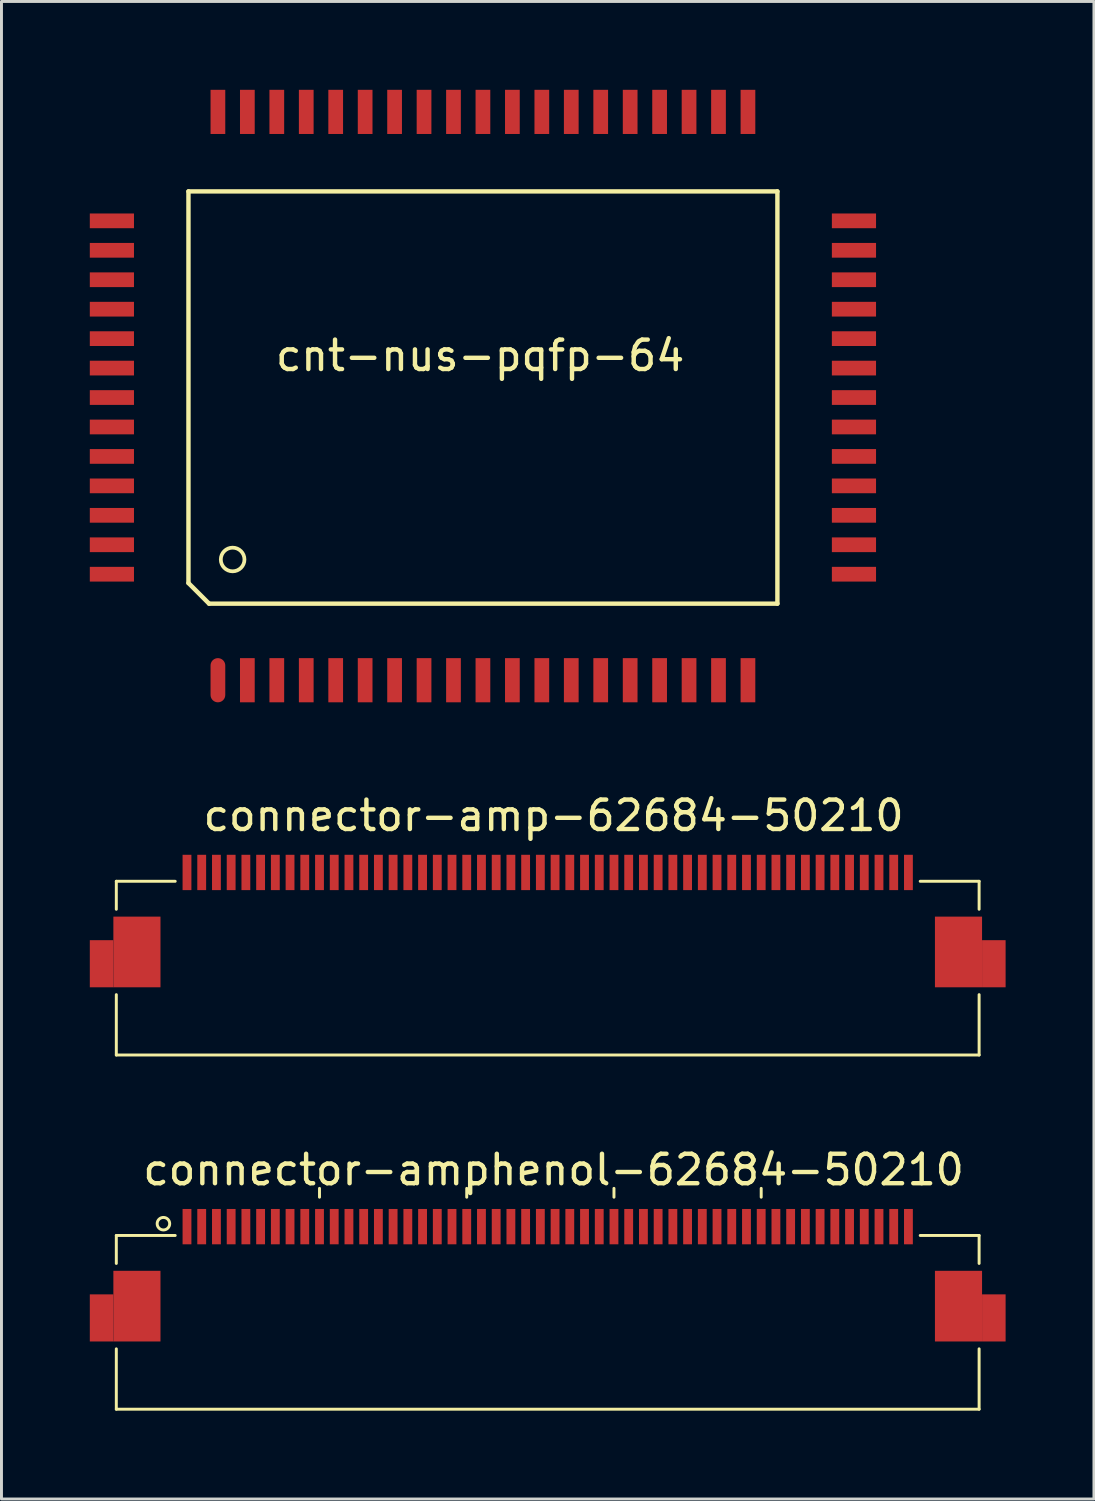
<source format=kicad_pcb>
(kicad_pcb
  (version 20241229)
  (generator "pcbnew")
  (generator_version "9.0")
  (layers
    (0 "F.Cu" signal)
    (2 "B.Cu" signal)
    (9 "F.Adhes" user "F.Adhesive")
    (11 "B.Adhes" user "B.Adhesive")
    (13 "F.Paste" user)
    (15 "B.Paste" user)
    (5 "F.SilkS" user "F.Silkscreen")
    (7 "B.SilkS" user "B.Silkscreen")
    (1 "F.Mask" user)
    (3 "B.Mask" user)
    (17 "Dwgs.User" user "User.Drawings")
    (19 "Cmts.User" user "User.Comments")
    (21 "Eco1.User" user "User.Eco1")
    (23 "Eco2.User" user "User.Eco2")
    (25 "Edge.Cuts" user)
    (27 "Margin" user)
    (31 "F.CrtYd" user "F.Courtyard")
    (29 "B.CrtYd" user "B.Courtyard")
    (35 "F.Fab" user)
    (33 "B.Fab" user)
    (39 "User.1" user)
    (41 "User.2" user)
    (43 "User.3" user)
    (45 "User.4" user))
  (footprint "cnt-nus-pqfp-64"
    (layer "F.Cu")
    (at 3.35 17.45)
    (property "Reference" "cnt-nus-pqfp-64" (at 9.906 -8.423 0) (layer "F.SilkS") (effects (font (size 1 1) (thickness 0.15))))
    (attr through_hole)
    (fp_line (start 0 -14) (end 20 -14) (stroke (width 0.15) (type solid)) (layer "F.SilkS"))
    (fp_line (start 0 -0.7) (end 0 -14) (stroke (width 0.15) (type solid)) (layer "F.SilkS"))
    (fp_line (start 0.7 0) (end 0 -0.7) (stroke (width 0.15) (type solid)) (layer "F.SilkS"))
    (fp_line (start 20 -14) (end 20 0) (stroke (width 0.15) (type solid)) (layer "F.SilkS"))
    (fp_line (start 20 0) (end 0.7 0) (stroke (width 0.15) (type solid)) (layer "F.SilkS"))
    (fp_circle (center 1.5 -1.5) (end 1.894 -1.577) (stroke (width 0.127) (type solid)) (fill no) (layer "F.SilkS"))
    (pad "1" smd oval (at 1 2.6 90) (size 1.5 0.5) (layers "F.Cu" "F.Mask" "F.Paste"))
    (pad "2" smd rect (at 2 2.6 90) (size 1.5 0.5) (layers "F.Cu" "F.Mask" "F.Paste"))
    (pad "3" smd rect (at 3 2.6 90) (size 1.5 0.5) (layers "F.Cu" "F.Mask" "F.Paste"))
    (pad "4" smd rect (at 4 2.6 90) (size 1.5 0.5) (layers "F.Cu" "F.Mask" "F.Paste"))
    (pad "5" smd rect (at 5 2.6 90) (size 1.5 0.5) (layers "F.Cu" "F.Mask" "F.Paste"))
    (pad "6" smd rect (at 6 2.6 90) (size 1.5 0.5) (layers "F.Cu" "F.Mask" "F.Paste"))
    (pad "7" smd rect (at 7 2.6 90) (size 1.5 0.5) (layers "F.Cu" "F.Mask" "F.Paste"))
    (pad "8" smd rect (at 8 2.6 90) (size 1.5 0.5) (layers "F.Cu" "F.Mask" "F.Paste"))
    (pad "9" smd rect (at 9 2.6 90) (size 1.5 0.5) (layers "F.Cu" "F.Mask" "F.Paste"))
    (pad "10" smd rect (at 10 2.6 90) (size 1.5 0.5) (layers "F.Cu" "F.Mask" "F.Paste"))
    (pad "11" smd rect (at 11 2.6 90) (size 1.5 0.5) (layers "F.Cu" "F.Mask" "F.Paste"))
    (pad "12" smd rect (at 12 2.6 90) (size 1.5 0.5) (layers "F.Cu" "F.Mask" "F.Paste"))
    (pad "13" smd rect (at 13 2.6 90) (size 1.5 0.5) (layers "F.Cu" "F.Mask" "F.Paste"))
    (pad "14" smd rect (at 14 2.6 90) (size 1.5 0.5) (layers "F.Cu" "F.Mask" "F.Paste"))
    (pad "15" smd rect (at 15 2.6 90) (size 1.5 0.5) (layers "F.Cu" "F.Mask" "F.Paste"))
    (pad "16" smd rect (at 16 2.6 90) (size 1.5 0.5) (layers "F.Cu" "F.Mask" "F.Paste"))
    (pad "17" smd rect (at 17 2.6 90) (size 1.5 0.5) (layers "F.Cu" "F.Mask" "F.Paste"))
    (pad "18" smd rect (at 18 2.6 90) (size 1.5 0.5) (layers "F.Cu" "F.Mask" "F.Paste"))
    (pad "19" smd rect (at 19 2.6 90) (size 1.5 0.5) (layers "F.Cu" "F.Mask" "F.Paste"))
    (pad "20" smd rect (at 22.6 -1) (size 1.5 0.5) (layers "F.Cu" "F.Mask" "F.Paste"))
    (pad "21" smd rect (at 22.6 -2) (size 1.5 0.5) (layers "F.Cu" "F.Mask" "F.Paste"))
    (pad "22" smd rect (at 22.6 -3) (size 1.5 0.5) (layers "F.Cu" "F.Mask" "F.Paste"))
    (pad "23" smd rect (at 22.6 -4) (size 1.5 0.5) (layers "F.Cu" "F.Mask" "F.Paste"))
    (pad "24" smd rect (at 22.6 -5) (size 1.5 0.5) (layers "F.Cu" "F.Mask" "F.Paste"))
    (pad "25" smd rect (at 22.6 -6) (size 1.5 0.5) (layers "F.Cu" "F.Mask" "F.Paste"))
    (pad "26" smd rect (at 22.6 -7) (size 1.5 0.5) (layers "F.Cu" "F.Mask" "F.Paste"))
    (pad "27" smd rect (at 22.6 -8) (size 1.5 0.5) (layers "F.Cu" "F.Mask" "F.Paste"))
    (pad "28" smd rect (at 22.6 -9) (size 1.5 0.5) (layers "F.Cu" "F.Mask" "F.Paste"))
    (pad "29" smd rect (at 22.6 -10) (size 1.5 0.5) (layers "F.Cu" "F.Mask" "F.Paste"))
    (pad "30" smd rect (at 22.6 -11) (size 1.5 0.5) (layers "F.Cu" "F.Mask" "F.Paste"))
    (pad "31" smd rect (at 22.6 -12) (size 1.5 0.5) (layers "F.Cu" "F.Mask" "F.Paste"))
    (pad "32" smd rect (at 22.6 -13) (size 1.5 0.5) (layers "F.Cu" "F.Mask" "F.Paste"))
    (pad "33" smd rect (at 19 -16.7 90) (size 1.5 0.5) (layers "F.Cu" "F.Mask" "F.Paste"))
    (pad "34" smd rect (at 18 -16.7 90) (size 1.5 0.5) (layers "F.Cu" "F.Mask" "F.Paste"))
    (pad "35" smd rect (at 17 -16.7 90) (size 1.5 0.5) (layers "F.Cu" "F.Mask" "F.Paste"))
    (pad "36" smd rect (at 16 -16.7 90) (size 1.5 0.5) (layers "F.Cu" "F.Mask" "F.Paste"))
    (pad "37" smd rect (at 15 -16.7 90) (size 1.5 0.5) (layers "F.Cu" "F.Mask" "F.Paste"))
    (pad "38" smd rect (at 14 -16.7 90) (size 1.5 0.5) (layers "F.Cu" "F.Mask" "F.Paste"))
    (pad "39" smd rect (at 13 -16.7 90) (size 1.5 0.5) (layers "F.Cu" "F.Mask" "F.Paste"))
    (pad "40" smd rect (at 12 -16.7 90) (size 1.5 0.5) (layers "F.Cu" "F.Mask" "F.Paste"))
    (pad "41" smd rect (at 11 -16.7 90) (size 1.5 0.5) (layers "F.Cu" "F.Mask" "F.Paste"))
    (pad "42" smd rect (at 10 -16.7 90) (size 1.5 0.5) (layers "F.Cu" "F.Mask" "F.Paste"))
    (pad "43" smd rect (at 9 -16.7 90) (size 1.5 0.5) (layers "F.Cu" "F.Mask" "F.Paste"))
    (pad "44" smd rect (at 8 -16.7 90) (size 1.5 0.5) (layers "F.Cu" "F.Mask" "F.Paste"))
    (pad "45" smd rect (at 7 -16.7 90) (size 1.5 0.5) (layers "F.Cu" "F.Mask" "F.Paste"))
    (pad "46" smd rect (at 6 -16.7 90) (size 1.5 0.5) (layers "F.Cu" "F.Mask" "F.Paste"))
    (pad "47" smd rect (at 5 -16.7 90) (size 1.5 0.5) (layers "F.Cu" "F.Mask" "F.Paste"))
    (pad "48" smd rect (at 4 -16.7 90) (size 1.5 0.5) (layers "F.Cu" "F.Mask" "F.Paste"))
    (pad "49" smd rect (at 3 -16.7 90) (size 1.5 0.5) (layers "F.Cu" "F.Mask" "F.Paste"))
    (pad "50" smd rect (at 2 -16.7 90) (size 1.5 0.5) (layers "F.Cu" "F.Mask" "F.Paste"))
    (pad "51" smd rect (at 1 -16.7 90) (size 1.5 0.5) (layers "F.Cu" "F.Mask" "F.Paste"))
    (pad "52" smd rect (at -2.6 -13 180) (size 1.5 0.5) (layers "F.Cu" "F.Mask" "F.Paste"))
    (pad "53" smd rect (at -2.6 -12 180) (size 1.5 0.5) (layers "F.Cu" "F.Mask" "F.Paste"))
    (pad "54" smd rect (at -2.6 -11 180) (size 1.5 0.5) (layers "F.Cu" "F.Mask" "F.Paste"))
    (pad "55" smd rect (at -2.6 -10 180) (size 1.5 0.5) (layers "F.Cu" "F.Mask" "F.Paste"))
    (pad "56" smd rect (at -2.6 -9 180) (size 1.5 0.5) (layers "F.Cu" "F.Mask" "F.Paste"))
    (pad "57" smd rect (at -2.6 -8 180) (size 1.5 0.5) (layers "F.Cu" "F.Mask" "F.Paste"))
    (pad "58" smd rect (at -2.6 -7 180) (size 1.5 0.5) (layers "F.Cu" "F.Mask" "F.Paste"))
    (pad "59" smd rect (at -2.6 -6 180) (size 1.5 0.5) (layers "F.Cu" "F.Mask" "F.Paste"))
    (pad "60" smd rect (at -2.6 -5 180) (size 1.5 0.5) (layers "F.Cu" "F.Mask" "F.Paste"))
    (pad "61" smd rect (at -2.6 -4 180) (size 1.5 0.5) (layers "F.Cu" "F.Mask" "F.Paste"))
    (pad "62" smd rect (at -2.6 -3 180) (size 1.5 0.5) (layers "F.Cu" "F.Mask" "F.Paste"))
    (pad "63" smd rect (at -2.6 -2 180) (size 1.5 0.5) (layers "F.Cu" "F.Mask" "F.Paste"))
    (pad "64" smd rect (at -2.6 -1 180) (size 1.5 0.5) (layers "F.Cu" "F.Mask" "F.Paste")))
  (footprint "connector-amphenol-62684-50210"
    (layer "F.Cu")
    (at 3.3 39.206)
    (property "Reference" "connector-amphenol-62684-50210" (at 12.45 -2.53 0) (layer "F.SilkS") (effects (font (size 1 1) (thickness 0.15))))
    (attr through_hole)
    (fp_line (start -2.4 0.65) (end -2.4 -0.3) (stroke (width 0.1) (type solid)) (layer "F.SilkS"))
    (fp_line (start -2.4 5.6) (end -2.4 3.55) (stroke (width 0.1) (type solid)) (layer "F.SilkS"))
    (fp_line (start -0.4 -0.3) (end -2.4 -0.3) (stroke (width 0.1) (type solid)) (layer "F.SilkS"))
    (fp_line (start 4.5 -1.6) (end 4.5 -1.9) (stroke (width 0.1) (type solid)) (layer "F.SilkS"))
    (fp_line (start 9.5 -1.6) (end 9.5 -1.9) (stroke (width 0.1) (type solid)) (layer "F.SilkS"))
    (fp_line (start 14.5 -1.6) (end 14.5 -1.9) (stroke (width 0.1) (type solid)) (layer "F.SilkS"))
    (fp_line (start 19.5 -1.6) (end 19.5 -1.9) (stroke (width 0.1) (type solid)) (layer "F.SilkS"))
    (fp_line (start 26.9 -0.3) (end 24.9 -0.3) (stroke (width 0.1) (type solid)) (layer "F.SilkS"))
    (fp_line (start 26.9 0.65) (end 26.9 -0.3) (stroke (width 0.1) (type solid)) (layer "F.SilkS"))
    (fp_line (start 26.9 5.6) (end -2.4 5.6) (stroke (width 0.1) (type solid)) (layer "F.SilkS"))
    (fp_line (start 26.9 5.6) (end 26.9 3.55) (stroke (width 0.1) (type solid)) (layer "F.SilkS"))
    (fp_circle (center -0.8 -0.7) (end -0.96 -0.84) (stroke (width 0.1) (type solid)) (fill no) (layer "F.SilkS"))
    (pad "" smd rect (at -2.9 2.5) (size 0.8 1.6) (layers "F.Cu" "F.Mask" "F.Paste"))
    (pad "" smd rect (at -1.7 2.1) (size 1.6 2.4) (layers "F.Cu" "F.Mask" "F.Paste"))
    (pad "" smd rect (at 26.2 2.1) (size 1.6 2.4) (layers "F.Cu" "F.Mask" "F.Paste"))
    (pad "" smd rect (at 27.4 2.5) (size 0.8 1.6) (layers "F.Cu" "F.Mask" "F.Paste"))
    (pad "1" smd rect (at 0 -0.6) (size 0.3 1.2) (layers "F.Cu" "F.Mask" "F.Paste"))
    (pad "2" smd rect (at 0.5 -0.6) (size 0.3 1.2) (layers "F.Cu" "F.Mask" "F.Paste"))
    (pad "3" smd rect (at 1 -0.6) (size 0.3 1.2) (layers "F.Cu" "F.Mask" "F.Paste"))
    (pad "4" smd rect (at 1.5 -0.6) (size 0.3 1.2) (layers "F.Cu" "F.Mask" "F.Paste"))
    (pad "5" smd rect (at 2 -0.6) (size 0.3 1.2) (layers "F.Cu" "F.Mask" "F.Paste"))
    (pad "6" smd rect (at 2.5 -0.6) (size 0.3 1.2) (layers "F.Cu" "F.Mask" "F.Paste"))
    (pad "7" smd rect (at 3 -0.6) (size 0.3 1.2) (layers "F.Cu" "F.Mask" "F.Paste"))
    (pad "8" smd rect (at 3.5 -0.6) (size 0.3 1.2) (layers "F.Cu" "F.Mask" "F.Paste"))
    (pad "9" smd rect (at 4 -0.6) (size 0.3 1.2) (layers "F.Cu" "F.Mask" "F.Paste"))
    (pad "10" smd rect (at 4.5 -0.6) (size 0.3 1.2) (layers "F.Cu" "F.Mask" "F.Paste"))
    (pad "11" smd rect (at 5 -0.6) (size 0.3 1.2) (layers "F.Cu" "F.Mask" "F.Paste"))
    (pad "12" smd rect (at 5.5 -0.6) (size 0.3 1.2) (layers "F.Cu" "F.Mask" "F.Paste"))
    (pad "13" smd rect (at 6 -0.6) (size 0.3 1.2) (layers "F.Cu" "F.Mask" "F.Paste"))
    (pad "14" smd rect (at 6.5 -0.6) (size 0.3 1.2) (layers "F.Cu" "F.Mask" "F.Paste"))
    (pad "15" smd rect (at 7 -0.6) (size 0.3 1.2) (layers "F.Cu" "F.Mask" "F.Paste"))
    (pad "16" smd rect (at 7.5 -0.6) (size 0.3 1.2) (layers "F.Cu" "F.Mask" "F.Paste"))
    (pad "17" smd rect (at 8 -0.6) (size 0.3 1.2) (layers "F.Cu" "F.Mask" "F.Paste"))
    (pad "18" smd rect (at 8.5 -0.6) (size 0.3 1.2) (layers "F.Cu" "F.Mask" "F.Paste"))
    (pad "19" smd rect (at 9 -0.6) (size 0.3 1.2) (layers "F.Cu" "F.Mask" "F.Paste"))
    (pad "20" smd rect (at 9.5 -0.6) (size 0.3 1.2) (layers "F.Cu" "F.Mask" "F.Paste"))
    (pad "21" smd rect (at 10 -0.6) (size 0.3 1.2) (layers "F.Cu" "F.Mask" "F.Paste"))
    (pad "22" smd rect (at 10.5 -0.6) (size 0.3 1.2) (layers "F.Cu" "F.Mask" "F.Paste"))
    (pad "23" smd rect (at 11 -0.6) (size 0.3 1.2) (layers "F.Cu" "F.Mask" "F.Paste"))
    (pad "24" smd rect (at 11.5 -0.6) (size 0.3 1.2) (layers "F.Cu" "F.Mask" "F.Paste"))
    (pad "25" smd rect (at 12 -0.6) (size 0.3 1.2) (layers "F.Cu" "F.Mask" "F.Paste"))
    (pad "26" smd rect (at 12.5 -0.6) (size 0.3 1.2) (layers "F.Cu" "F.Mask" "F.Paste"))
    (pad "27" smd rect (at 13 -0.6) (size 0.3 1.2) (layers "F.Cu" "F.Mask" "F.Paste"))
    (pad "28" smd rect (at 13.5 -0.6) (size 0.3 1.2) (layers "F.Cu" "F.Mask" "F.Paste"))
    (pad "29" smd rect (at 14 -0.6) (size 0.3 1.2) (layers "F.Cu" "F.Mask" "F.Paste"))
    (pad "30" smd rect (at 14.5 -0.6) (size 0.3 1.2) (layers "F.Cu" "F.Mask" "F.Paste"))
    (pad "31" smd rect (at 15 -0.6) (size 0.3 1.2) (layers "F.Cu" "F.Mask" "F.Paste"))
    (pad "32" smd rect (at 15.5 -0.6) (size 0.3 1.2) (layers "F.Cu" "F.Mask" "F.Paste"))
    (pad "33" smd rect (at 16 -0.6) (size 0.3 1.2) (layers "F.Cu" "F.Mask" "F.Paste"))
    (pad "34" smd rect (at 16.5 -0.6) (size 0.3 1.2) (layers "F.Cu" "F.Mask" "F.Paste"))
    (pad "35" smd rect (at 17 -0.6) (size 0.3 1.2) (layers "F.Cu" "F.Mask" "F.Paste"))
    (pad "36" smd rect (at 17.5 -0.6) (size 0.3 1.2) (layers "F.Cu" "F.Mask" "F.Paste"))
    (pad "37" smd rect (at 18 -0.6) (size 0.3 1.2) (layers "F.Cu" "F.Mask" "F.Paste"))
    (pad "38" smd rect (at 18.5 -0.6) (size 0.3 1.2) (layers "F.Cu" "F.Mask" "F.Paste"))
    (pad "39" smd rect (at 19 -0.6) (size 0.3 1.2) (layers "F.Cu" "F.Mask" "F.Paste"))
    (pad "40" smd rect (at 19.5 -0.6) (size 0.3 1.2) (layers "F.Cu" "F.Mask" "F.Paste"))
    (pad "41" smd rect (at 20 -0.6) (size 0.3 1.2) (layers "F.Cu" "F.Mask" "F.Paste"))
    (pad "42" smd rect (at 20.5 -0.6) (size 0.3 1.2) (layers "F.Cu" "F.Mask" "F.Paste"))
    (pad "43" smd rect (at 21 -0.6) (size 0.3 1.2) (layers "F.Cu" "F.Mask" "F.Paste"))
    (pad "44" smd rect (at 21.5 -0.6) (size 0.3 1.2) (layers "F.Cu" "F.Mask" "F.Paste"))
    (pad "45" smd rect (at 22 -0.6) (size 0.3 1.2) (layers "F.Cu" "F.Mask" "F.Paste"))
    (pad "46" smd rect (at 22.5 -0.6) (size 0.3 1.2) (layers "F.Cu" "F.Mask" "F.Paste"))
    (pad "47" smd rect (at 23 -0.6) (size 0.3 1.2) (layers "F.Cu" "F.Mask" "F.Paste"))
    (pad "48" smd rect (at 23.5 -0.6) (size 0.3 1.2) (layers "F.Cu" "F.Mask" "F.Paste"))
    (pad "49" smd rect (at 24 -0.6) (size 0.3 1.2) (layers "F.Cu" "F.Mask" "F.Paste"))
    (pad "50" smd rect (at 24.5 -0.6) (size 0.3 1.2) (layers "F.Cu" "F.Mask" "F.Paste")))
  (footprint "connector-amp-62684-50210"
    (layer "F.Cu")
    (at 3.3 27.178)
    (property "Reference" "connector-amp-62684-50210" (at 12.45 -2.53 0) (layer "F.SilkS") (effects (font (size 1 1) (thickness 0.15))))
    (attr through_hole)
    (fp_line (start -2.4 0.65) (end -2.4 -0.3) (stroke (width 0.1) (type solid)) (layer "F.SilkS"))
    (fp_line (start -2.4 5.6) (end -2.4 3.55) (stroke (width 0.1) (type solid)) (layer "F.SilkS"))
    (fp_line (start -0.4 -0.3) (end -2.4 -0.3) (stroke (width 0.1) (type solid)) (layer "F.SilkS"))
    (fp_line (start 26.9 -0.3) (end 24.9 -0.3) (stroke (width 0.1) (type solid)) (layer "F.SilkS"))
    (fp_line (start 26.9 0.65) (end 26.9 -0.3) (stroke (width 0.1) (type solid)) (layer "F.SilkS"))
    (fp_line (start 26.9 5.6) (end -2.4 5.6) (stroke (width 0.1) (type solid)) (layer "F.SilkS"))
    (fp_line (start 26.9 5.6) (end 26.9 3.55) (stroke (width 0.1) (type solid)) (layer "F.SilkS"))
    (pad "" smd rect (at -2.9 2.5) (size 0.8 1.6) (layers "F.Cu" "F.Mask" "F.Paste"))
    (pad "" smd rect (at -1.7 2.1) (size 1.6 2.4) (layers "F.Cu" "F.Mask" "F.Paste"))
    (pad "" smd rect (at 26.2 2.1) (size 1.6 2.4) (layers "F.Cu" "F.Mask" "F.Paste"))
    (pad "" smd rect (at 27.4 2.5) (size 0.8 1.6) (layers "F.Cu" "F.Mask" "F.Paste"))
    (pad "1" smd rect (at 0 -0.6) (size 0.3 1.2) (layers "F.Cu" "F.Mask" "F.Paste"))
    (pad "2" smd rect (at 0.5 -0.6) (size 0.3 1.2) (layers "F.Cu" "F.Mask" "F.Paste"))
    (pad "3" smd rect (at 1 -0.6) (size 0.3 1.2) (layers "F.Cu" "F.Mask" "F.Paste"))
    (pad "4" smd rect (at 1.5 -0.6) (size 0.3 1.2) (layers "F.Cu" "F.Mask" "F.Paste"))
    (pad "5" smd rect (at 2 -0.6) (size 0.3 1.2) (layers "F.Cu" "F.Mask" "F.Paste"))
    (pad "6" smd rect (at 2.5 -0.6) (size 0.3 1.2) (layers "F.Cu" "F.Mask" "F.Paste"))
    (pad "7" smd rect (at 3 -0.6) (size 0.3 1.2) (layers "F.Cu" "F.Mask" "F.Paste"))
    (pad "8" smd rect (at 3.5 -0.6) (size 0.3 1.2) (layers "F.Cu" "F.Mask" "F.Paste"))
    (pad "9" smd rect (at 4 -0.6) (size 0.3 1.2) (layers "F.Cu" "F.Mask" "F.Paste"))
    (pad "10" smd rect (at 4.5 -0.6) (size 0.3 1.2) (layers "F.Cu" "F.Mask" "F.Paste"))
    (pad "11" smd rect (at 5 -0.6) (size 0.3 1.2) (layers "F.Cu" "F.Mask" "F.Paste"))
    (pad "12" smd rect (at 5.5 -0.6) (size 0.3 1.2) (layers "F.Cu" "F.Mask" "F.Paste"))
    (pad "13" smd rect (at 6 -0.6) (size 0.3 1.2) (layers "F.Cu" "F.Mask" "F.Paste"))
    (pad "14" smd rect (at 6.5 -0.6) (size 0.3 1.2) (layers "F.Cu" "F.Mask" "F.Paste"))
    (pad "15" smd rect (at 7 -0.6) (size 0.3 1.2) (layers "F.Cu" "F.Mask" "F.Paste"))
    (pad "16" smd rect (at 7.5 -0.6) (size 0.3 1.2) (layers "F.Cu" "F.Mask" "F.Paste"))
    (pad "17" smd rect (at 8 -0.6) (size 0.3 1.2) (layers "F.Cu" "F.Mask" "F.Paste"))
    (pad "18" smd rect (at 8.5 -0.6) (size 0.3 1.2) (layers "F.Cu" "F.Mask" "F.Paste"))
    (pad "19" smd rect (at 9 -0.6) (size 0.3 1.2) (layers "F.Cu" "F.Mask" "F.Paste"))
    (pad "20" smd rect (at 9.5 -0.6) (size 0.3 1.2) (layers "F.Cu" "F.Mask" "F.Paste"))
    (pad "21" smd rect (at 10 -0.6) (size 0.3 1.2) (layers "F.Cu" "F.Mask" "F.Paste"))
    (pad "22" smd rect (at 10.5 -0.6) (size 0.3 1.2) (layers "F.Cu" "F.Mask" "F.Paste"))
    (pad "23" smd rect (at 11 -0.6) (size 0.3 1.2) (layers "F.Cu" "F.Mask" "F.Paste"))
    (pad "24" smd rect (at 11.5 -0.6) (size 0.3 1.2) (layers "F.Cu" "F.Mask" "F.Paste"))
    (pad "25" smd rect (at 12 -0.6) (size 0.3 1.2) (layers "F.Cu" "F.Mask" "F.Paste"))
    (pad "26" smd rect (at 12.5 -0.6) (size 0.3 1.2) (layers "F.Cu" "F.Mask" "F.Paste"))
    (pad "27" smd rect (at 13 -0.6) (size 0.3 1.2) (layers "F.Cu" "F.Mask" "F.Paste"))
    (pad "28" smd rect (at 13.5 -0.6) (size 0.3 1.2) (layers "F.Cu" "F.Mask" "F.Paste"))
    (pad "29" smd rect (at 14 -0.6) (size 0.3 1.2) (layers "F.Cu" "F.Mask" "F.Paste"))
    (pad "30" smd rect (at 14.5 -0.6) (size 0.3 1.2) (layers "F.Cu" "F.Mask" "F.Paste"))
    (pad "31" smd rect (at 15 -0.6) (size 0.3 1.2) (layers "F.Cu" "F.Mask" "F.Paste"))
    (pad "32" smd rect (at 15.5 -0.6) (size 0.3 1.2) (layers "F.Cu" "F.Mask" "F.Paste"))
    (pad "33" smd rect (at 16 -0.6) (size 0.3 1.2) (layers "F.Cu" "F.Mask" "F.Paste"))
    (pad "34" smd rect (at 16.5 -0.6) (size 0.3 1.2) (layers "F.Cu" "F.Mask" "F.Paste"))
    (pad "35" smd rect (at 17 -0.6) (size 0.3 1.2) (layers "F.Cu" "F.Mask" "F.Paste"))
    (pad "36" smd rect (at 17.5 -0.6) (size 0.3 1.2) (layers "F.Cu" "F.Mask" "F.Paste"))
    (pad "37" smd rect (at 18 -0.6) (size 0.3 1.2) (layers "F.Cu" "F.Mask" "F.Paste"))
    (pad "38" smd rect (at 18.5 -0.6) (size 0.3 1.2) (layers "F.Cu" "F.Mask" "F.Paste"))
    (pad "39" smd rect (at 19 -0.6) (size 0.3 1.2) (layers "F.Cu" "F.Mask" "F.Paste"))
    (pad "40" smd rect (at 19.5 -0.6) (size 0.3 1.2) (layers "F.Cu" "F.Mask" "F.Paste"))
    (pad "41" smd rect (at 20 -0.6) (size 0.3 1.2) (layers "F.Cu" "F.Mask" "F.Paste"))
    (pad "42" smd rect (at 20.5 -0.6) (size 0.3 1.2) (layers "F.Cu" "F.Mask" "F.Paste"))
    (pad "43" smd rect (at 21 -0.6) (size 0.3 1.2) (layers "F.Cu" "F.Mask" "F.Paste"))
    (pad "44" smd rect (at 21.5 -0.6) (size 0.3 1.2) (layers "F.Cu" "F.Mask" "F.Paste"))
    (pad "45" smd rect (at 22 -0.6) (size 0.3 1.2) (layers "F.Cu" "F.Mask" "F.Paste"))
    (pad "46" smd rect (at 22.5 -0.6) (size 0.3 1.2) (layers "F.Cu" "F.Mask" "F.Paste"))
    (pad "47" smd rect (at 23 -0.6) (size 0.3 1.2) (layers "F.Cu" "F.Mask" "F.Paste"))
    (pad "48" smd rect (at 23.5 -0.6) (size 0.3 1.2) (layers "F.Cu" "F.Mask" "F.Paste"))
    (pad "49" smd rect (at 24 -0.6) (size 0.3 1.2) (layers "F.Cu" "F.Mask" "F.Paste"))
    (pad "50" smd rect (at 24.5 -0.6) (size 0.3 1.2) (layers "F.Cu" "F.Mask" "F.Paste")))
  (gr_rect
    (start -3 -3)
    (end 34.1 47.856)
    (stroke (width 0.1) (type default))
    (fill no)
    (layer "Edge.Cuts")))
</source>
